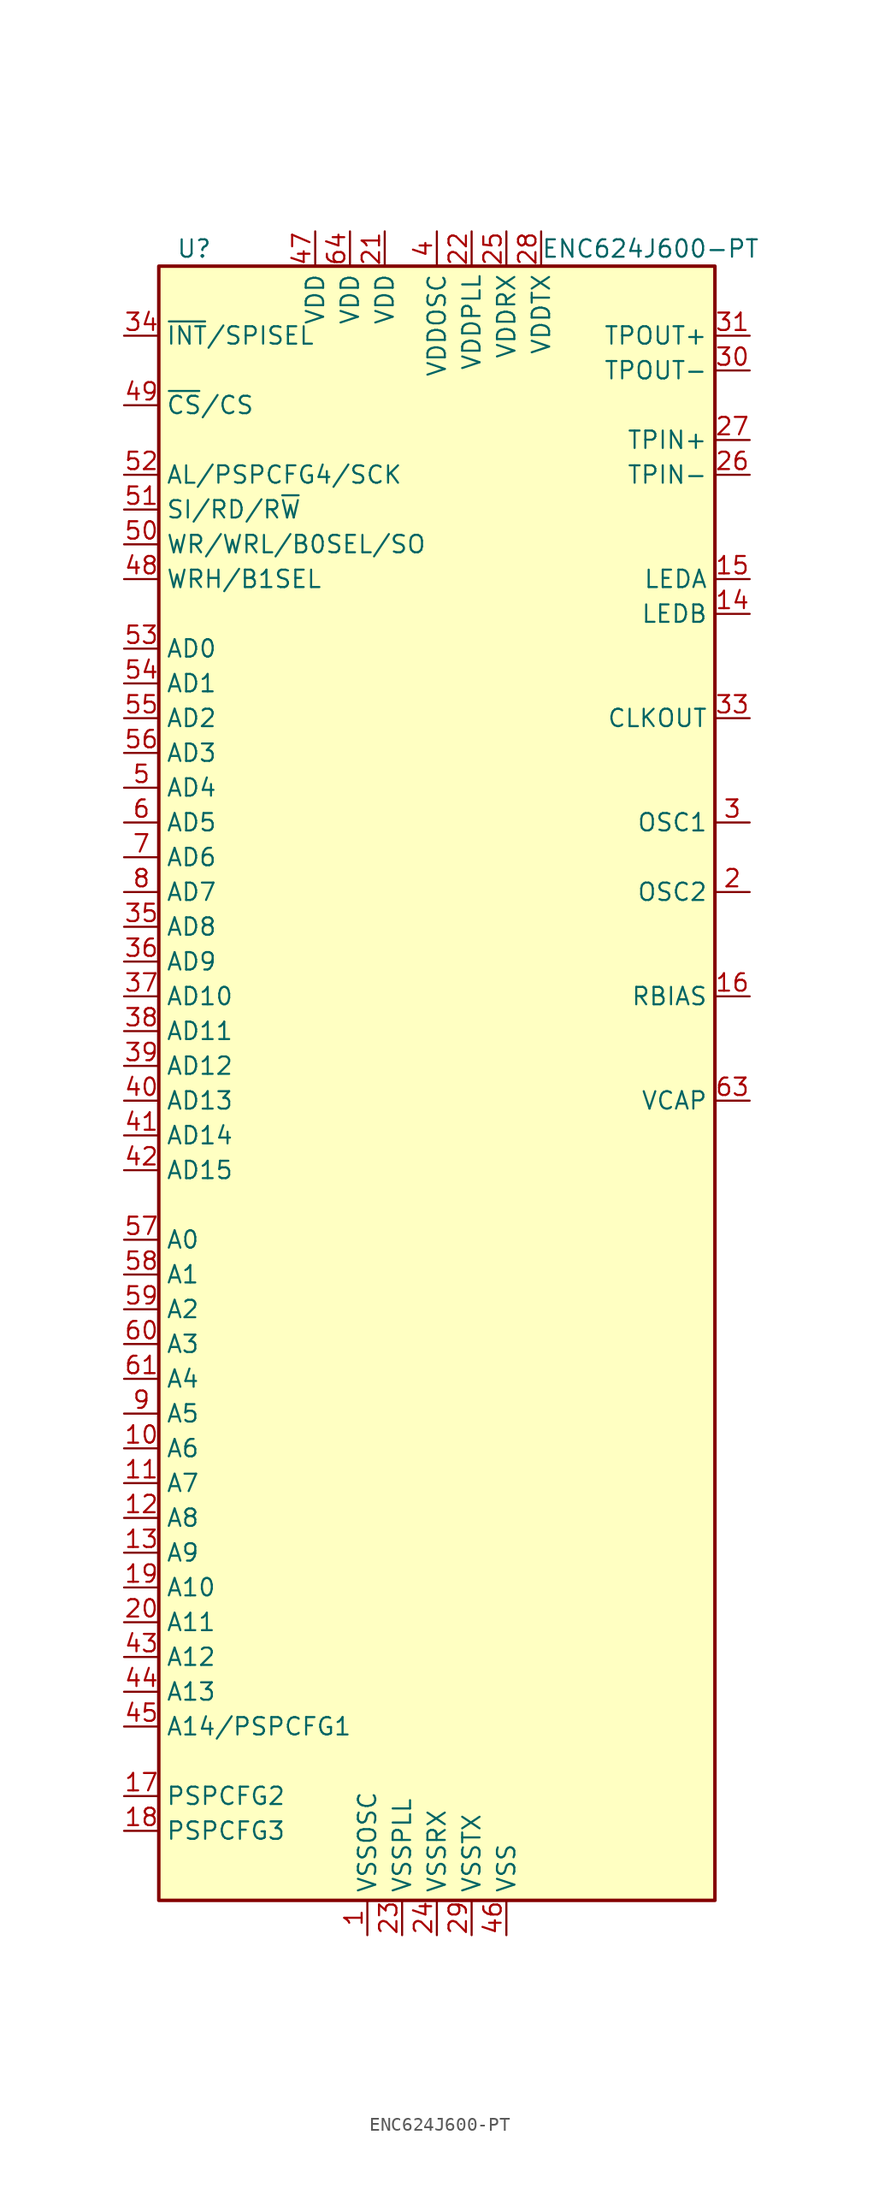
<source format=kicad_sym>
(kicad_symbol_lib
  (version 20220914)
  (generator kicad_symbol_editor)
  (symbol "ENC624J600-PT"
    (property "Reference" "U"
      (at -19.05 34.29 0)
      (effects (font (size 1.27 1.27)) (justify left)))
    (property "Value" "ENC624J600-PT"
      (at 7.62 34.29 0)
      (effects (font (size 1.27 1.27)) (justify left)))
    (symbol "ENC624J600-PT_0_1"
      (rectangle (start -20.32 33.02) (end 20.32 -86.36) (stroke (width 0.254) (type default)) (fill (type background))))
    (symbol "ENC624J600-PT_1_0"
      (pin input line (at -22.86 -53.34 0) (length 2.54) (name "A6" (effects (font (size 1.27 1.27)))) (number "10" (effects (font (size 1.27 1.27)))))
      (pin input line (at -22.86 -55.88 0) (length 2.54) (name "A7" (effects (font (size 1.27 1.27)))) (number "11" (effects (font (size 1.27 1.27)))))
      (pin input line (at -22.86 -58.42 0) (length 2.54) (name "A8" (effects (font (size 1.27 1.27)))) (number "12" (effects (font (size 1.27 1.27)))))
      (pin input line (at -22.86 -60.96 0) (length 2.54) (name "A9" (effects (font (size 1.27 1.27)))) (number "13" (effects (font (size 1.27 1.27)))))
      (pin input line (at -22.86 -78.74 0) (length 2.54) (name "PSPCFG2" (effects (font (size 1.27 1.27)))) (number "17" (effects (font (size 1.27 1.27)))))
      (pin input line (at -22.86 -81.28 0) (length 2.54) (name "PSPCFG3" (effects (font (size 1.27 1.27)))) (number "18" (effects (font (size 1.27 1.27)))))
      (pin input line (at -22.86 -63.5 0) (length 2.54) (name "A10" (effects (font (size 1.27 1.27)))) (number "19" (effects (font (size 1.27 1.27)))))
      (pin input line (at -22.86 -66.04 0) (length 2.54) (name "A11" (effects (font (size 1.27 1.27)))) (number "20" (effects (font (size 1.27 1.27)))))
      (pin power_in line (at -3.81 35.56 270) (length 2.54) (name "VDD" (effects (font (size 1.27 1.27)))) (number "21" (effects (font (size 1.27 1.27)))))
      (pin bidirectional line (at -22.86 -33.02 0) (length 2.54) (name "AD15" (effects (font (size 1.27 1.27)))) (number "42" (effects (font (size 1.27 1.27)))))
      (pin input line (at -22.86 -68.58 0) (length 2.54) (name "A12" (effects (font (size 1.27 1.27)))) (number "43" (effects (font (size 1.27 1.27)))))
      (pin input line (at -22.86 -71.12 0) (length 2.54) (name "A13" (effects (font (size 1.27 1.27)))) (number "44" (effects (font (size 1.27 1.27)))))
      (pin input line (at -22.86 -73.66 0) (length 2.54) (name "A14/PSPCFG1" (effects (font (size 1.27 1.27)))) (number "45" (effects (font (size 1.27 1.27)))))
      (pin power_in line (at -8.89 35.56 270) (length 2.54) (name "VDD" (effects (font (size 1.27 1.27)))) (number "47" (effects (font (size 1.27 1.27)))))
      (pin input line (at -22.86 10.16 0) (length 2.54) (name "WRH/B1SEL" (effects (font (size 1.27 1.27)))) (number "48" (effects (font (size 1.27 1.27)))))
      (pin input line (at -22.86 12.7 0) (length 2.54) (name "WR/WRL/B0SEL/SO" (effects (font (size 1.27 1.27)))) (number "50" (effects (font (size 1.27 1.27)))))
      (pin input line (at -22.86 -38.1 0) (length 2.54) (name "A0" (effects (font (size 1.27 1.27)))) (number "57" (effects (font (size 1.27 1.27)))))
      (pin input line (at -22.86 -40.64 0) (length 2.54) (name "A1" (effects (font (size 1.27 1.27)))) (number "58" (effects (font (size 1.27 1.27)))))
      (pin input line (at -22.86 -43.18 0) (length 2.54) (name "A2" (effects (font (size 1.27 1.27)))) (number "59" (effects (font (size 1.27 1.27)))))
      (pin input line (at -22.86 -45.72 0) (length 2.54) (name "A3" (effects (font (size 1.27 1.27)))) (number "60" (effects (font (size 1.27 1.27)))))
      (pin input line (at -22.86 -48.26 0) (length 2.54) (name "A4" (effects (font (size 1.27 1.27)))) (number "61" (effects (font (size 1.27 1.27)))))
      (pin power_in line (at -6.35 35.56 270) (length 2.54) (name "VDD" (effects (font (size 1.27 1.27)))) (number "64" (effects (font (size 1.27 1.27)))))
      (pin input line (at -22.86 -50.8 0) (length 2.54) (name "A5" (effects (font (size 1.27 1.27)))) (number "9" (effects (font (size 1.27 1.27))))))
    (symbol "ENC624J600-PT_1_1"
      (pin power_in line (at -5.08 -88.9 90) (length 2.54) (name "VSSOSC" (effects (font (size 1.27 1.27)))) (number "1" (effects (font (size 1.27 1.27)))))
      (pin output line (at 22.86 7.62 180) (length 2.54) (name "LEDB" (effects (font (size 1.27 1.27)))) (number "14" (effects (font (size 1.27 1.27)))))
      (pin output line (at 22.86 10.16 180) (length 2.54) (name "LEDA" (effects (font (size 1.27 1.27)))) (number "15" (effects (font (size 1.27 1.27)))))
      (pin input line (at 22.86 -20.32 180) (length 2.54) (name "RBIAS" (effects (font (size 1.27 1.27)))) (number "16" (effects (font (size 1.27 1.27)))))
      (pin output line (at 22.86 -12.7 180) (length 2.54) (name "OSC2" (effects (font (size 1.27 1.27)))) (number "2" (effects (font (size 1.27 1.27)))))
      (pin power_in line (at 2.54 35.56 270) (length 2.54) (name "VDDPLL" (effects (font (size 1.27 1.27)))) (number "22" (effects (font (size 1.27 1.27)))))
      (pin power_in line (at -2.54 -88.9 90) (length 2.54) (name "VSSPLL" (effects (font (size 1.27 1.27)))) (number "23" (effects (font (size 1.27 1.27)))))
      (pin power_in line (at 0 -88.9 90) (length 2.54) (name "VSSRX" (effects (font (size 1.27 1.27)))) (number "24" (effects (font (size 1.27 1.27)))))
      (pin power_in line (at 5.08 35.56 270) (length 2.54) (name "VDDRX" (effects (font (size 1.27 1.27)))) (number "25" (effects (font (size 1.27 1.27)))))
      (pin input line (at 22.86 17.78 180) (length 2.54) (name "TPIN-" (effects (font (size 1.27 1.27)))) (number "26" (effects (font (size 1.27 1.27)))))
      (pin input line (at 22.86 20.32 180) (length 2.54) (name "TPIN+" (effects (font (size 1.27 1.27)))) (number "27" (effects (font (size 1.27 1.27)))))
      (pin power_in line (at 7.62 35.56 270) (length 2.54) (name "VDDTX" (effects (font (size 1.27 1.27)))) (number "28" (effects (font (size 1.27 1.27)))))
      (pin power_in line (at 2.54 -88.9 90) (length 2.54) (name "VSSTX" (effects (font (size 1.27 1.27)))) (number "29" (effects (font (size 1.27 1.27)))))
      (pin input line (at 22.86 -7.62 180) (length 2.54) (name "OSC1" (effects (font (size 1.27 1.27)))) (number "3" (effects (font (size 1.27 1.27)))))
      (pin output line (at 22.86 25.4 180) (length 2.54) (name "TPOUT-" (effects (font (size 1.27 1.27)))) (number "30" (effects (font (size 1.27 1.27)))))
      (pin output line (at 22.86 27.94 180) (length 2.54) (name "TPOUT+" (effects (font (size 1.27 1.27)))) (number "31" (effects (font (size 1.27 1.27)))))
      (pin passive line (at 2.54 -88.9 90) (length 2.54) hide (name "VSSTX" (effects (font (size 1.27 1.27)))) (number "32" (effects (font (size 1.27 1.27)))))
      (pin output line (at 22.86 0 180) (length 2.54) (name "CLKOUT" (effects (font (size 1.27 1.27)))) (number "33" (effects (font (size 1.27 1.27)))))
      (pin bidirectional line (at -22.86 27.94 0) (length 2.54) (name "~{INT}/SPISEL" (effects (font (size 1.27 1.27)))) (number "34" (effects (font (size 1.27 1.27)))))
      (pin bidirectional line (at -22.86 -15.24 0) (length 2.54) (name "AD8" (effects (font (size 1.27 1.27)))) (number "35" (effects (font (size 1.27 1.27)))))
      (pin bidirectional line (at -22.86 -17.78 0) (length 2.54) (name "AD9" (effects (font (size 1.27 1.27)))) (number "36" (effects (font (size 1.27 1.27)))))
      (pin bidirectional line (at -22.86 -20.32 0) (length 2.54) (name "AD10" (effects (font (size 1.27 1.27)))) (number "37" (effects (font (size 1.27 1.27)))))
      (pin bidirectional line (at -22.86 -22.86 0) (length 2.54) (name "AD11" (effects (font (size 1.27 1.27)))) (number "38" (effects (font (size 1.27 1.27)))))
      (pin bidirectional line (at -22.86 -25.4 0) (length 2.54) (name "AD12" (effects (font (size 1.27 1.27)))) (number "39" (effects (font (size 1.27 1.27)))))
      (pin power_in line (at 0 35.56 270) (length 2.54) (name "VDDOSC" (effects (font (size 1.27 1.27)))) (number "4" (effects (font (size 1.27 1.27)))))
      (pin bidirectional line (at -22.86 -27.94 0) (length 2.54) (name "AD13" (effects (font (size 1.27 1.27)))) (number "40" (effects (font (size 1.27 1.27)))))
      (pin bidirectional line (at -22.86 -30.48 0) (length 2.54) (name "AD14" (effects (font (size 1.27 1.27)))) (number "41" (effects (font (size 1.27 1.27)))))
      (pin power_in line (at 5.08 -88.9 90) (length 2.54) (name "VSS" (effects (font (size 1.27 1.27)))) (number "46" (effects (font (size 1.27 1.27)))))
      (pin input line (at -22.86 22.86 0) (length 2.54) (name "~{CS}/CS" (effects (font (size 1.27 1.27)))) (number "49" (effects (font (size 1.27 1.27)))))
      (pin bidirectional line (at -22.86 -5.08 0) (length 2.54) (name "AD4" (effects (font (size 1.27 1.27)))) (number "5" (effects (font (size 1.27 1.27)))))
      (pin input line (at -22.86 15.24 0) (length 2.54) (name "SI/RD/R~{W}" (effects (font (size 1.27 1.27)))) (number "51" (effects (font (size 1.27 1.27)))))
      (pin input line (at -22.86 17.78 0) (length 2.54) (name "AL/PSPCFG4/SCK" (effects (font (size 1.27 1.27)))) (number "52" (effects (font (size 1.27 1.27)))))
      (pin bidirectional line (at -22.86 5.08 0) (length 2.54) (name "AD0" (effects (font (size 1.27 1.27)))) (number "53" (effects (font (size 1.27 1.27)))))
      (pin bidirectional line (at -22.86 2.54 0) (length 2.54) (name "AD1" (effects (font (size 1.27 1.27)))) (number "54" (effects (font (size 1.27 1.27)))))
      (pin bidirectional line (at -22.86 0 0) (length 2.54) (name "AD2" (effects (font (size 1.27 1.27)))) (number "55" (effects (font (size 1.27 1.27)))))
      (pin bidirectional line (at -22.86 -2.54 0) (length 2.54) (name "AD3" (effects (font (size 1.27 1.27)))) (number "56" (effects (font (size 1.27 1.27)))))
      (pin bidirectional line (at -22.86 -7.62 0) (length 2.54) (name "AD5" (effects (font (size 1.27 1.27)))) (number "6" (effects (font (size 1.27 1.27)))))
      (pin passive line (at 5.08 -88.9 90) (length 2.54) hide (name "VSS" (effects (font (size 1.27 1.27)))) (number "62" (effects (font (size 1.27 1.27)))))
      (pin input line (at 22.86 -27.94 180) (length 2.54) (name "VCAP" (effects (font (size 1.27 1.27)))) (number "63" (effects (font (size 1.27 1.27)))))
      (pin bidirectional line (at -22.86 -10.16 0) (length 2.54) (name "AD6" (effects (font (size 1.27 1.27)))) (number "7" (effects (font (size 1.27 1.27)))))
      (pin bidirectional line (at -22.86 -12.7 0) (length 2.54) (name "AD7" (effects (font (size 1.27 1.27)))) (number "8" (effects (font (size 1.27 1.27))))))))
</source>
